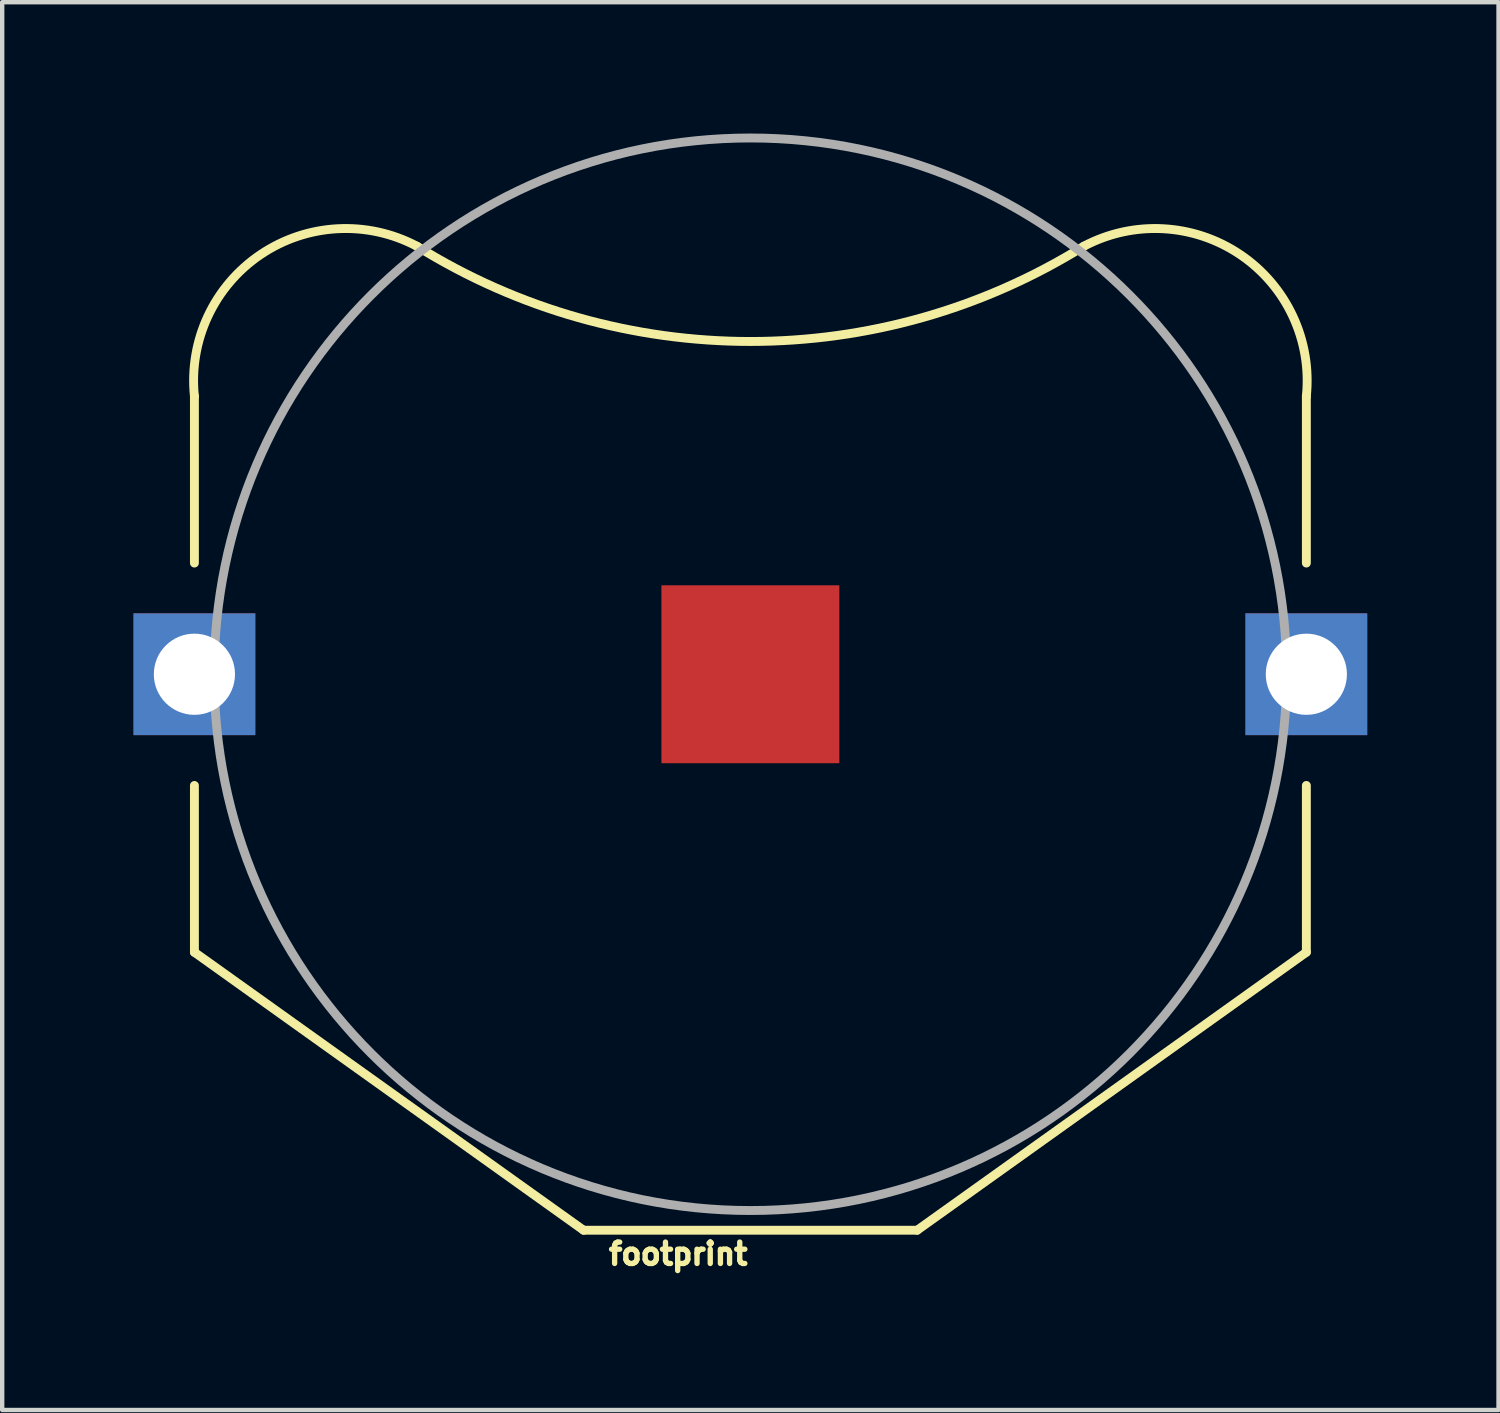
<source format=kicad_pcb>
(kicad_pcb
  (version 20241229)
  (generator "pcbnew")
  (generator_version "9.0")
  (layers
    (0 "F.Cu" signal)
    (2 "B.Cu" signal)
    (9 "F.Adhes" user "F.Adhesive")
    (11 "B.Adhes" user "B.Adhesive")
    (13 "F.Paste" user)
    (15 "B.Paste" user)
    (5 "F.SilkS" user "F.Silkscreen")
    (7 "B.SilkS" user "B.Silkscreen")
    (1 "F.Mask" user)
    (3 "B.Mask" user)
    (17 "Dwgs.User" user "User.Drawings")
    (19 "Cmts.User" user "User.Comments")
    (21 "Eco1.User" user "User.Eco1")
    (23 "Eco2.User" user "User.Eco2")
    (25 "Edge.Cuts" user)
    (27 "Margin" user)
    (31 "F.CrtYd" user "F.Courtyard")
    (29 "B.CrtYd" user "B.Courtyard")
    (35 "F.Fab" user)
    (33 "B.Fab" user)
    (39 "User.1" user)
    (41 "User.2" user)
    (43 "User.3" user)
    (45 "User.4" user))
  (footprint "footprint"
    (layer "F.Cu")
    (at 14.091 12.352)
    (property "Reference" "footprint" (at 0 12.954 0) (layer "F.SilkS") (effects (font (size 0.488 0.488) (thickness 0.122)) (justify right top)))
    (fp_line (start -12.7 -6.35) (end -12.7 -2.54) (stroke (width 0.203) (type solid)) (layer "F.SilkS"))
    (fp_line (start -12.7 6.35) (end -12.7 2.54) (stroke (width 0.203) (type solid)) (layer "F.SilkS"))
    (fp_line (start -3.81 12.7) (end -12.7 6.35) (stroke (width 0.203) (type solid)) (layer "F.SilkS"))
    (fp_line (start -3.81 12.7) (end 3.81 12.7) (stroke (width 0.203) (type solid)) (layer "F.SilkS"))
    (fp_line (start 3.81 12.7) (end 12.7 6.35) (stroke (width 0.203) (type solid)) (layer "F.SilkS"))
    (fp_line (start 12.7 -6.35) (end 12.7 -2.54) (stroke (width 0.203) (type solid)) (layer "F.SilkS"))
    (fp_line (start 12.7 6.35) (end 12.7 2.54) (stroke (width 0.203) (type solid)) (layer "F.SilkS"))
    (fp_arc (start -12.7 -6.35) (mid -11.187937 -9.587371) (end -7.619998 -9.778999) (stroke (width 0.2032) (type solid)) (layer "F.SilkS"))
    (fp_arc (start 7.619998 -9.778999) (mid 11.187865 -9.587265) (end 12.7 -6.35) (stroke (width 0.2032) (type solid)) (layer "F.SilkS"))
    (fp_arc (start 7.62 -9.779) (mid 0 -7.601702) (end -7.62 -9.779) (stroke (width 0.2032) (type solid)) (layer "F.SilkS"))
    (fp_circle (center 0 0) (end 12.25 0) (stroke (width 0.203) (type solid)) (fill no) (layer "F.Fab"))
    (pad "1" thru_hole rect (at -12.7 0) (size 2.781 2.781) (drill 1.854) (layers "*.Cu" "*.Mask"))
    (pad "2" smd rect (at 0 0) (size 4.064 4.064) (layers "F.Cu" "F.Mask" "F.Paste"))
    (pad "3" thru_hole rect (at 12.7 0) (size 2.781 2.781) (drill 1.854) (layers "*.Cu" "*.Mask")))
  (gr_rect
    (start -3 -3)
    (end 31.181 29.159)
    (stroke (width 0.1) (type default))
    (fill no)
    (layer "Edge.Cuts")))
</source>
